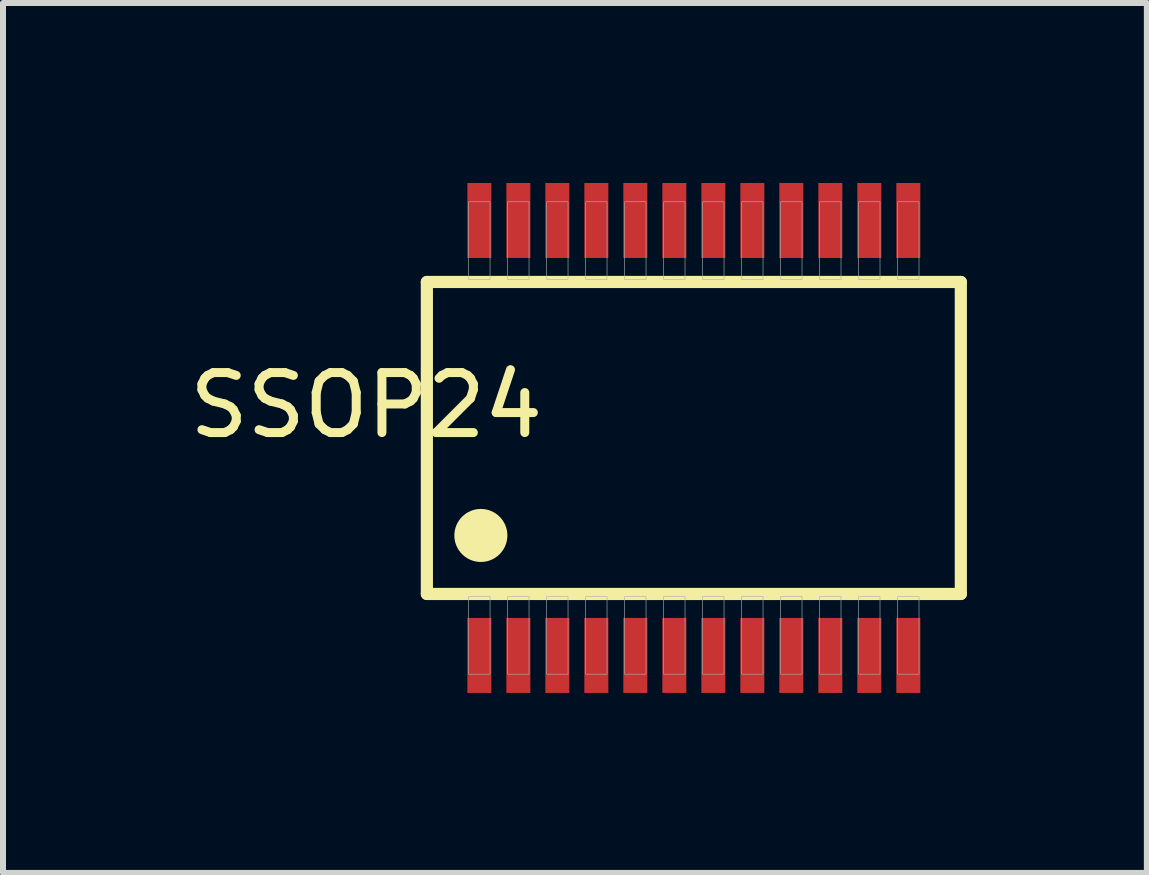
<source format=kicad_pcb>
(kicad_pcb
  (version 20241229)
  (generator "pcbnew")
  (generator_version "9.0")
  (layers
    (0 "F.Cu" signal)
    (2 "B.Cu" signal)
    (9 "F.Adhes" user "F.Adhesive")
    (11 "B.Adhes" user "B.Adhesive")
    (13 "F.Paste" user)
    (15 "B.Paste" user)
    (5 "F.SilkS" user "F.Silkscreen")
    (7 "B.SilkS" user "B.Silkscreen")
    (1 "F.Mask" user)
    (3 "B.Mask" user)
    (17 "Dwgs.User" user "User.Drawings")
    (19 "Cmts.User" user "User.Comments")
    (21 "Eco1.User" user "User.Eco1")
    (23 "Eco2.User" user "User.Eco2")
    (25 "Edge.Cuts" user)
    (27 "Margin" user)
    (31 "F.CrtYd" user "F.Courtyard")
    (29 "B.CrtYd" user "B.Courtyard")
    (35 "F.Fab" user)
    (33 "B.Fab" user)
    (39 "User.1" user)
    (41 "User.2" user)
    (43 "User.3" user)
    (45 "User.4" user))
  (footprint "SSOP24"
    (layer "F.Cu")
    (at 8.515 4.25)
    (property "Reference" "SSOP24" (at -5.461 -0.545 180) (layer "F.SilkS") (effects (font (size 1 1) (thickness 0.15))))
    (attr through_hole)
    (fp_line (start -4.45 -2.6) (end -4.45 2.6) (stroke (width 0.203) (type solid)) (layer "F.SilkS"))
    (fp_line (start -4.45 2.6) (end 4.45 2.6) (stroke (width 0.203) (type solid)) (layer "F.SilkS"))
    (fp_line (start 4.45 -2.6) (end -4.45 -2.6) (stroke (width 0.203) (type solid)) (layer "F.SilkS"))
    (fp_line (start 4.45 2.6) (end 4.45 -2.6) (stroke (width 0.203) (type solid)) (layer "F.SilkS"))
    (fp_circle (center -3.55 1.625) (end -3.108 1.625) (stroke (width 0) (type solid)) (fill yes) (layer "F.SilkS"))
    (fp_poly (pts (xy -3.753 -3.937) (xy -3.397 -3.937) (xy -3.397 -2.642) (xy -3.753 -2.642)) (stroke (width 0.01) (type solid)) (fill no) (layer "F.Fab"))
    (fp_poly (pts (xy -3.753 2.642) (xy -3.397 2.642) (xy -3.397 3.937) (xy -3.753 3.937)) (stroke (width 0.01) (type solid)) (fill no) (layer "F.Fab"))
    (fp_poly (pts (xy -3.103 -3.937) (xy -2.747 -3.937) (xy -2.747 -2.642) (xy -3.103 -2.642)) (stroke (width 0.01) (type solid)) (fill no) (layer "F.Fab"))
    (fp_poly (pts (xy -3.103 2.642) (xy -2.747 2.642) (xy -2.747 3.937) (xy -3.103 3.937)) (stroke (width 0.01) (type solid)) (fill no) (layer "F.Fab"))
    (fp_poly (pts (xy -2.453 -3.937) (xy -2.097 -3.937) (xy -2.097 -2.642) (xy -2.453 -2.642)) (stroke (width 0.01) (type solid)) (fill no) (layer "F.Fab"))
    (fp_poly (pts (xy -2.453 2.642) (xy -2.097 2.642) (xy -2.097 3.937) (xy -2.453 3.937)) (stroke (width 0.01) (type solid)) (fill no) (layer "F.Fab"))
    (fp_poly (pts (xy -1.803 -3.937) (xy -1.447 -3.937) (xy -1.447 -2.642) (xy -1.803 -2.642)) (stroke (width 0.01) (type solid)) (fill no) (layer "F.Fab"))
    (fp_poly (pts (xy -1.803 2.642) (xy -1.447 2.642) (xy -1.447 3.937) (xy -1.803 3.937)) (stroke (width 0.01) (type solid)) (fill no) (layer "F.Fab"))
    (fp_poly (pts (xy -1.153 -3.937) (xy -0.797 -3.937) (xy -0.797 -2.642) (xy -1.153 -2.642)) (stroke (width 0.01) (type solid)) (fill no) (layer "F.Fab"))
    (fp_poly (pts (xy -1.153 2.642) (xy -0.797 2.642) (xy -0.797 3.937) (xy -1.153 3.937)) (stroke (width 0.01) (type solid)) (fill no) (layer "F.Fab"))
    (fp_poly (pts (xy -0.503 -3.937) (xy -0.147 -3.937) (xy -0.147 -2.642) (xy -0.503 -2.642)) (stroke (width 0.01) (type solid)) (fill no) (layer "F.Fab"))
    (fp_poly (pts (xy -0.503 2.642) (xy -0.147 2.642) (xy -0.147 3.937) (xy -0.503 3.937)) (stroke (width 0.01) (type solid)) (fill no) (layer "F.Fab"))
    (fp_poly (pts (xy 0.147 -3.937) (xy 0.503 -3.937) (xy 0.503 -2.642) (xy 0.147 -2.642)) (stroke (width 0.01) (type solid)) (fill no) (layer "F.Fab"))
    (fp_poly (pts (xy 0.147 2.642) (xy 0.503 2.642) (xy 0.503 3.937) (xy 0.147 3.937)) (stroke (width 0.01) (type solid)) (fill no) (layer "F.Fab"))
    (fp_poly (pts (xy 0.797 -3.937) (xy 1.153 -3.937) (xy 1.153 -2.642) (xy 0.797 -2.642)) (stroke (width 0.01) (type solid)) (fill no) (layer "F.Fab"))
    (fp_poly (pts (xy 0.797 2.642) (xy 1.153 2.642) (xy 1.153 3.937) (xy 0.797 3.937)) (stroke (width 0.01) (type solid)) (fill no) (layer "F.Fab"))
    (fp_poly (pts (xy 1.447 -3.937) (xy 1.803 -3.937) (xy 1.803 -2.642) (xy 1.447 -2.642)) (stroke (width 0.01) (type solid)) (fill no) (layer "F.Fab"))
    (fp_poly (pts (xy 1.447 2.642) (xy 1.803 2.642) (xy 1.803 3.937) (xy 1.447 3.937)) (stroke (width 0.01) (type solid)) (fill no) (layer "F.Fab"))
    (fp_poly (pts (xy 2.097 -3.937) (xy 2.453 -3.937) (xy 2.453 -2.642) (xy 2.097 -2.642)) (stroke (width 0.01) (type solid)) (fill no) (layer "F.Fab"))
    (fp_poly (pts (xy 2.097 2.642) (xy 2.453 2.642) (xy 2.453 3.937) (xy 2.097 3.937)) (stroke (width 0.01) (type solid)) (fill no) (layer "F.Fab"))
    (fp_poly (pts (xy 2.747 -3.937) (xy 3.103 -3.937) (xy 3.103 -2.642) (xy 2.747 -2.642)) (stroke (width 0.01) (type solid)) (fill no) (layer "F.Fab"))
    (fp_poly (pts (xy 2.747 2.642) (xy 3.103 2.642) (xy 3.103 3.937) (xy 2.747 3.937)) (stroke (width 0.01) (type solid)) (fill no) (layer "F.Fab"))
    (fp_poly (pts (xy 3.397 -3.937) (xy 3.753 -3.937) (xy 3.753 -2.642) (xy 3.397 -2.642)) (stroke (width 0.01) (type solid)) (fill no) (layer "F.Fab"))
    (fp_poly (pts (xy 3.397 2.642) (xy 3.753 2.642) (xy 3.753 3.937) (xy 3.397 3.937)) (stroke (width 0.01) (type solid)) (fill no) (layer "F.Fab"))
    (pad "1" smd rect (at -3.575 3.625) (size 0.4 1.25) (layers "F.Cu" "F.Mask" "F.Paste"))
    (pad "2" smd rect (at -2.925 3.625) (size 0.4 1.25) (layers "F.Cu" "F.Mask" "F.Paste"))
    (pad "3" smd rect (at -2.275 3.625) (size 0.4 1.25) (layers "F.Cu" "F.Mask" "F.Paste"))
    (pad "4" smd rect (at -1.625 3.625) (size 0.4 1.25) (layers "F.Cu" "F.Mask" "F.Paste"))
    (pad "5" smd rect (at -0.975 3.625) (size 0.4 1.25) (layers "F.Cu" "F.Mask" "F.Paste"))
    (pad "6" smd rect (at -0.325 3.625) (size 0.4 1.25) (layers "F.Cu" "F.Mask" "F.Paste"))
    (pad "7" smd rect (at 0.325 3.625) (size 0.4 1.25) (layers "F.Cu" "F.Mask" "F.Paste"))
    (pad "8" smd rect (at 0.975 3.625) (size 0.4 1.25) (layers "F.Cu" "F.Mask" "F.Paste"))
    (pad "9" smd rect (at 1.625 3.625) (size 0.4 1.25) (layers "F.Cu" "F.Mask" "F.Paste"))
    (pad "10" smd rect (at 2.275 3.625) (size 0.4 1.25) (layers "F.Cu" "F.Mask" "F.Paste"))
    (pad "11" smd rect (at 2.925 3.625) (size 0.4 1.25) (layers "F.Cu" "F.Mask" "F.Paste"))
    (pad "12" smd rect (at 3.575 3.625) (size 0.4 1.25) (layers "F.Cu" "F.Mask" "F.Paste"))
    (pad "13" smd rect (at 3.575 -3.625) (size 0.4 1.25) (layers "F.Cu" "F.Mask" "F.Paste"))
    (pad "14" smd rect (at 2.925 -3.625) (size 0.4 1.25) (layers "F.Cu" "F.Mask" "F.Paste"))
    (pad "15" smd rect (at 2.275 -3.625) (size 0.4 1.25) (layers "F.Cu" "F.Mask" "F.Paste"))
    (pad "16" smd rect (at 1.625 -3.625) (size 0.4 1.25) (layers "F.Cu" "F.Mask" "F.Paste"))
    (pad "17" smd rect (at 0.975 -3.625) (size 0.4 1.25) (layers "F.Cu" "F.Mask" "F.Paste"))
    (pad "18" smd rect (at 0.325 -3.625) (size 0.4 1.25) (layers "F.Cu" "F.Mask" "F.Paste"))
    (pad "19" smd rect (at -0.325 -3.625) (size 0.4 1.25) (layers "F.Cu" "F.Mask" "F.Paste"))
    (pad "20" smd rect (at -0.975 -3.625) (size 0.4 1.25) (layers "F.Cu" "F.Mask" "F.Paste"))
    (pad "21" smd rect (at -1.625 -3.625) (size 0.4 1.25) (layers "F.Cu" "F.Mask" "F.Paste"))
    (pad "22" smd rect (at -2.275 -3.625) (size 0.4 1.25) (layers "F.Cu" "F.Mask" "F.Paste"))
    (pad "23" smd rect (at -2.925 -3.625) (size 0.4 1.25) (layers "F.Cu" "F.Mask" "F.Paste"))
    (pad "24" smd rect (at -3.575 -3.625) (size 0.4 1.25) (layers "F.Cu" "F.Mask" "F.Paste")))
  (gr_rect
    (start -3 -3)
    (end 16.066 11.5)
    (stroke (width 0.1) (type default))
    (fill no)
    (layer "Edge.Cuts")))
</source>
